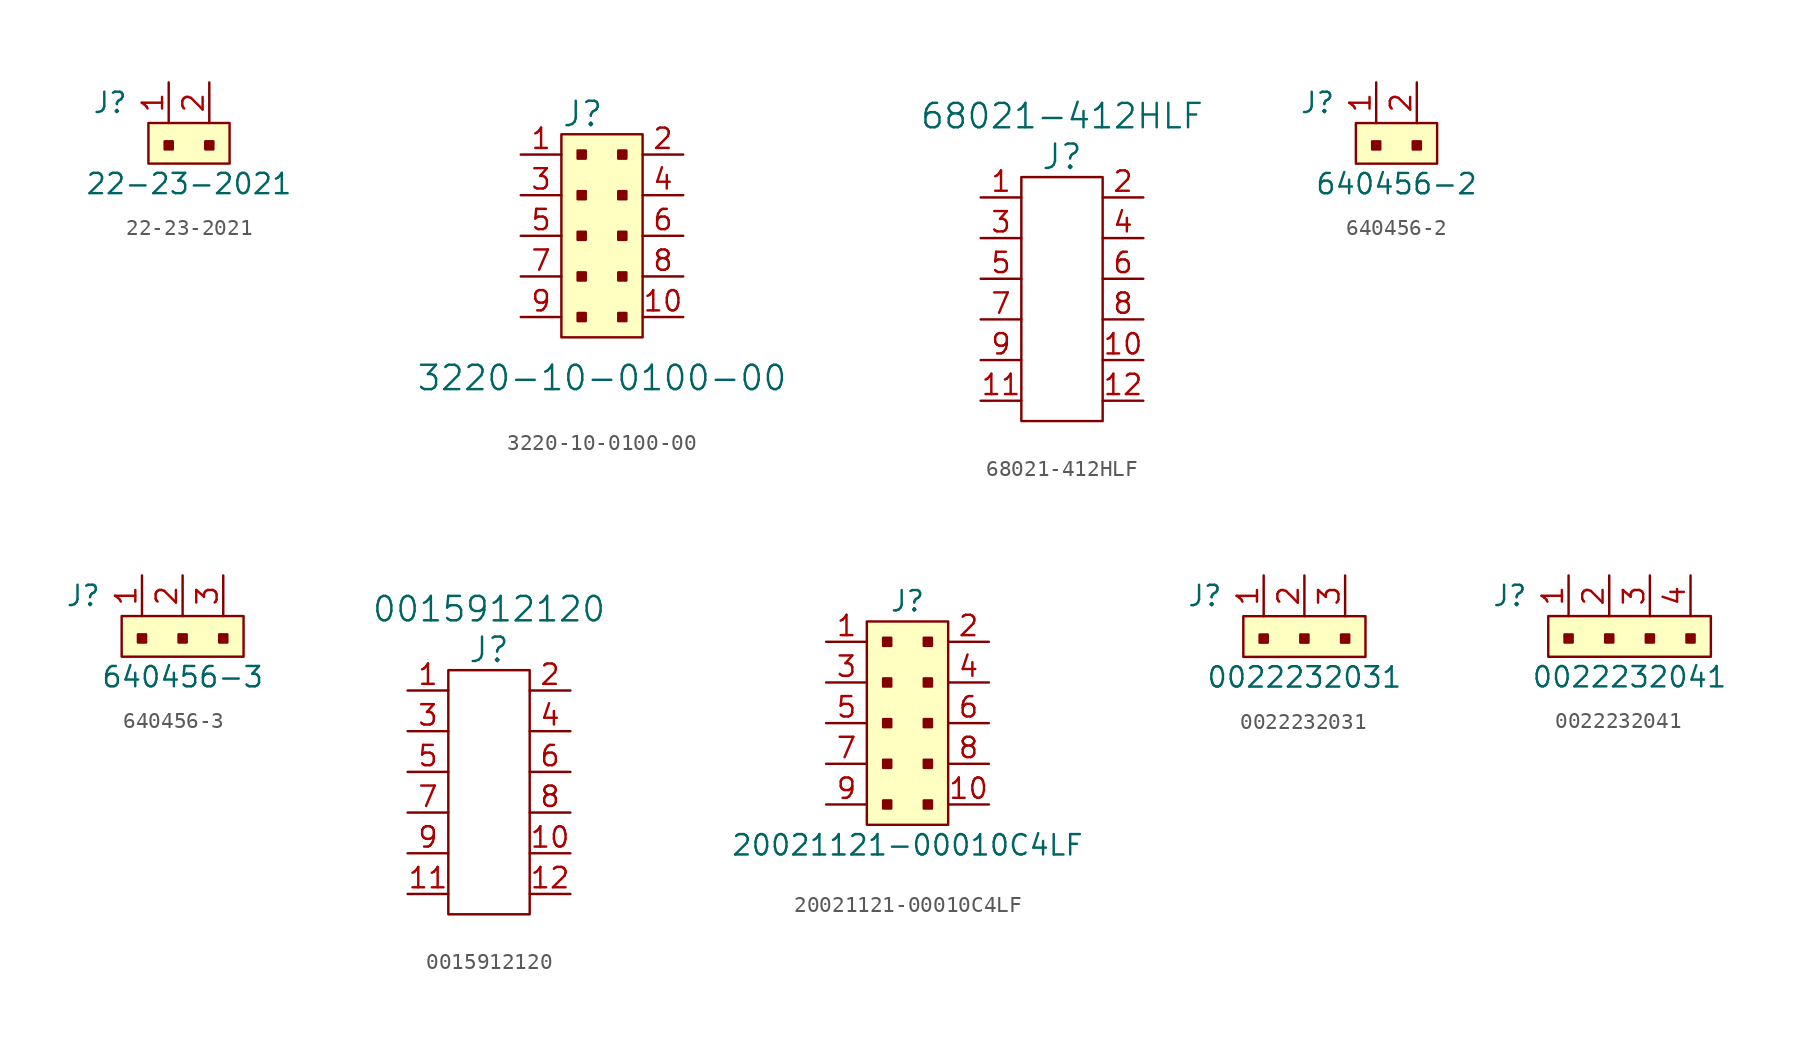
<source format=kicad_sym>
(kicad_symbol_lib
  (version 20201005)
  (generator kicad_symbol_editor)
  (symbol "22-23-2021"
    (pin_names
      (offset 1.016))
    (property "Reference" "J"
      (at -2.54 1.27 0)
      (effects (font (size 1.27 1.27)) (justify right)))
    (property "Value" "22-23-2021"
      (at 1.27 -3.81 0)
      (effects (font (size 1.27 1.27))))
    (symbol "22-23-2021_1_1"
      (rectangle (start -1.27 0) (end 3.81 -2.54) (stroke (width 0)) (fill (type background)))
      (rectangle (start -0.254 -1.143) (end 0.254 -1.651) (stroke (width 0)) (fill (type outline)))
      (rectangle (start 2.286 -1.143) (end 2.794 -1.651) (stroke (width 0)) (fill (type outline)))
      (pin passive line (at 0 2.54 270) (length 2.54) (name "~" (effects (font (size 1.27 1.27)))) (number "1" (effects (font (size 1.27 1.27)))))
      (pin passive line (at 2.54 2.54 270) (length 2.54) (name "~" (effects (font (size 1.27 1.27)))) (number "2" (effects (font (size 1.27 1.27)))))))
  (symbol "3220-10-0100-00"
    (pin_names
      (offset 1.016))
    (property "Reference" "J"
      (at -2.54 7.62 0)
      (effects (font (size 1.524 1.524)) (justify left)))
    (property "Value" "3220-10-0100-00"
      (at 0 -8.89 0)
      (effects (font (size 1.524 1.524))))
    (symbol "3220-10-0100-00_0_1"
      (rectangle (start -2.54 6.35) (end 2.54 -6.35) (stroke (width 0)) (fill (type background)))
      (rectangle (start -1.524 -4.826) (end -1.016 -5.334) (stroke (width 0)) (fill (type outline)))
      (rectangle (start -1.524 -2.286) (end -1.016 -2.794) (stroke (width 0)) (fill (type outline)))
      (rectangle (start -1.524 0.254) (end -1.016 -0.254) (stroke (width 0)) (fill (type outline)))
      (rectangle (start -1.524 2.794) (end -1.016 2.286) (stroke (width 0)) (fill (type outline)))
      (rectangle (start -1.524 5.334) (end -1.016 4.826) (stroke (width 0)) (fill (type outline)))
      (rectangle (start 1.016 -4.826) (end 1.524 -5.334) (stroke (width 0)) (fill (type outline)))
      (rectangle (start 1.016 -2.286) (end 1.524 -2.794) (stroke (width 0)) (fill (type outline)))
      (rectangle (start 1.016 0.254) (end 1.524 -0.254) (stroke (width 0)) (fill (type outline)))
      (rectangle (start 1.016 2.794) (end 1.524 2.286) (stroke (width 0)) (fill (type outline)))
      (rectangle (start 1.016 5.334) (end 1.524 4.826) (stroke (width 0)) (fill (type outline))))
    (symbol "3220-10-0100-00_1_1"
      (pin passive line (at -5.08 5.08 0) (length 2.54) (name "~" (effects (font (size 1.27 1.27)))) (number "1" (effects (font (size 1.27 1.27)))))
      (pin passive line (at 5.08 -5.08 180) (length 2.54) (name "~" (effects (font (size 1.27 1.27)))) (number "10" (effects (font (size 1.27 1.27)))))
      (pin passive line (at 5.08 5.08 180) (length 2.54) (name "~" (effects (font (size 1.27 1.27)))) (number "2" (effects (font (size 1.27 1.27)))))
      (pin passive line (at -5.08 2.54 0) (length 2.54) (name "~" (effects (font (size 1.27 1.27)))) (number "3" (effects (font (size 1.27 1.27)))))
      (pin passive line (at 5.08 2.54 180) (length 2.54) (name "~" (effects (font (size 1.27 1.27)))) (number "4" (effects (font (size 1.27 1.27)))))
      (pin passive line (at -5.08 0 0) (length 2.54) (name "~" (effects (font (size 1.27 1.27)))) (number "5" (effects (font (size 1.27 1.27)))))
      (pin passive line (at 5.08 0 180) (length 2.54) (name "~" (effects (font (size 1.27 1.27)))) (number "6" (effects (font (size 1.27 1.27)))))
      (pin passive line (at -5.08 -2.54 0) (length 2.54) (name "~" (effects (font (size 1.27 1.27)))) (number "7" (effects (font (size 1.27 1.27)))))
      (pin passive line (at 5.08 -2.54 180) (length 2.54) (name "~" (effects (font (size 1.27 1.27)))) (number "8" (effects (font (size 1.27 1.27)))))
      (pin passive line (at -5.08 -5.08 0) (length 2.54) (name "~" (effects (font (size 1.27 1.27)))) (number "9" (effects (font (size 1.27 1.27)))))))
  (symbol "68021-412HLF"
    (pin_names
      (offset 1.016))
    (property "Reference" "J"
      (at 0 7.62 0)
      (effects (font (size 1.524 1.524))))
    (property "Value" "68021-412HLF"
      (at 0 10.16 0)
      (effects (font (size 1.524 1.524))))
    (symbol "68021-412HLF_0_1"
      (rectangle (start -2.54 6.35) (end 2.54 -8.89) (stroke (width 0)) (fill (type none))))
    (symbol "68021-412HLF_1_1"
      (pin passive line (at -5.08 5.08 0) (length 2.54) (name "~" (effects (font (size 1.27 1.27)))) (number "1" (effects (font (size 1.27 1.27)))))
      (pin passive line (at 5.08 5.08 180) (length 2.54) (name "~" (effects (font (size 1.27 1.27)))) (number "2" (effects (font (size 1.27 1.27)))))
      (pin passive line (at -5.08 2.54 0) (length 2.54) (name "~" (effects (font (size 1.27 1.27)))) (number "3" (effects (font (size 1.27 1.27)))))
      (pin passive line (at 5.08 2.54 180) (length 2.54) (name "~" (effects (font (size 1.27 1.27)))) (number "4" (effects (font (size 1.27 1.27)))))
      (pin passive line (at -5.08 0 0) (length 2.54) (name "~" (effects (font (size 1.27 1.27)))) (number "5" (effects (font (size 1.27 1.27)))))
      (pin passive line (at 5.08 0 180) (length 2.54) (name "~" (effects (font (size 1.27 1.27)))) (number "6" (effects (font (size 1.27 1.27)))))
      (pin passive line (at -5.08 -2.54 0) (length 2.54) (name "~" (effects (font (size 1.27 1.27)))) (number "7" (effects (font (size 1.27 1.27)))))
      (pin passive line (at 5.08 -2.54 180) (length 2.54) (name "~" (effects (font (size 1.27 1.27)))) (number "8" (effects (font (size 1.27 1.27)))))
      (pin passive line (at -5.08 -5.08 0) (length 2.54) (name "~" (effects (font (size 1.27 1.27)))) (number "9" (effects (font (size 1.27 1.27)))))
      (pin passive line (at 5.08 -5.08 180) (length 2.54) (name "~" (effects (font (size 1.27 1.27)))) (number "10" (effects (font (size 1.27 1.27)))))
      (pin passive line (at -5.08 -7.62 0) (length 2.54) (name "~" (effects (font (size 1.27 1.27)))) (number "11" (effects (font (size 1.27 1.27)))))
      (pin passive line (at 5.08 -7.62 180) (length 2.54) (name "~" (effects (font (size 1.27 1.27)))) (number "12" (effects (font (size 1.27 1.27)))))))
  (symbol "640456-2"
    (pin_names
      (offset 1.016))
    (property "Reference" "J"
      (at -2.54 1.27 0)
      (effects (font (size 1.27 1.27)) (justify right)))
    (property "Value" "640456-2"
      (at 1.27 -3.81 0)
      (effects (font (size 1.27 1.27))))
    (symbol "640456-2_1_1"
      (rectangle (start -1.27 0) (end 3.81 -2.54) (stroke (width 0)) (fill (type background)))
      (rectangle (start -0.254 -1.143) (end 0.254 -1.651) (stroke (width 0)) (fill (type outline)))
      (rectangle (start 2.286 -1.143) (end 2.794 -1.651) (stroke (width 0)) (fill (type outline)))
      (pin passive line (at 0 2.54 270) (length 2.54) (name "~" (effects (font (size 1.27 1.27)))) (number "1" (effects (font (size 1.27 1.27)))))
      (pin passive line (at 2.54 2.54 270) (length 2.54) (name "~" (effects (font (size 1.27 1.27)))) (number "2" (effects (font (size 1.27 1.27)))))))
  (symbol "640456-3"
    (pin_names
      (offset 1.016))
    (property "Reference" "J"
      (at -2.54 1.27 0)
      (effects (font (size 1.27 1.27)) (justify right)))
    (property "Value" "640456-3"
      (at 2.54 -3.81 0)
      (effects (font (size 1.27 1.27))))
    (symbol "640456-3_1_1"
      (rectangle (start -1.27 0) (end 6.35 -2.54) (stroke (width 0)) (fill (type background)))
      (rectangle (start -0.254 -1.143) (end 0.254 -1.651) (stroke (width 0)) (fill (type outline)))
      (rectangle (start 2.286 -1.143) (end 2.794 -1.651) (stroke (width 0)) (fill (type outline)))
      (rectangle (start 4.826 -1.143) (end 5.334 -1.651) (stroke (width 0)) (fill (type outline)))
      (pin passive line (at 0 2.54 270) (length 2.54) (name "~" (effects (font (size 1.27 1.27)))) (number "1" (effects (font (size 1.27 1.27)))))
      (pin passive line (at 2.54 2.54 270) (length 2.54) (name "~" (effects (font (size 1.27 1.27)))) (number "2" (effects (font (size 1.27 1.27)))))
      (pin passive line (at 5.08 2.54 270) (length 2.54) (name "~" (effects (font (size 1.27 1.27)))) (number "3" (effects (font (size 1.27 1.27)))))))
  (symbol "0015912120"
    (pin_names
      (offset 1.016))
    (property "Reference" "J"
      (at 0 7.62 0)
      (effects (font (size 1.524 1.524))))
    (property "Value" "0015912120"
      (at 0 10.16 0)
      (effects (font (size 1.524 1.524))))
    (symbol "0015912120_0_1"
      (rectangle (start -2.54 6.35) (end 2.54 -8.89) (stroke (width 0)) (fill (type none))))
    (symbol "0015912120_1_1"
      (pin passive line (at -5.08 5.08 0) (length 2.54) (name "~" (effects (font (size 1.27 1.27)))) (number "1" (effects (font (size 1.27 1.27)))))
      (pin passive line (at 5.08 5.08 180) (length 2.54) (name "~" (effects (font (size 1.27 1.27)))) (number "2" (effects (font (size 1.27 1.27)))))
      (pin passive line (at -5.08 2.54 0) (length 2.54) (name "~" (effects (font (size 1.27 1.27)))) (number "3" (effects (font (size 1.27 1.27)))))
      (pin passive line (at 5.08 2.54 180) (length 2.54) (name "~" (effects (font (size 1.27 1.27)))) (number "4" (effects (font (size 1.27 1.27)))))
      (pin passive line (at -5.08 0 0) (length 2.54) (name "~" (effects (font (size 1.27 1.27)))) (number "5" (effects (font (size 1.27 1.27)))))
      (pin passive line (at 5.08 0 180) (length 2.54) (name "~" (effects (font (size 1.27 1.27)))) (number "6" (effects (font (size 1.27 1.27)))))
      (pin passive line (at -5.08 -2.54 0) (length 2.54) (name "~" (effects (font (size 1.27 1.27)))) (number "7" (effects (font (size 1.27 1.27)))))
      (pin passive line (at 5.08 -2.54 180) (length 2.54) (name "~" (effects (font (size 1.27 1.27)))) (number "8" (effects (font (size 1.27 1.27)))))
      (pin passive line (at -5.08 -5.08 0) (length 2.54) (name "~" (effects (font (size 1.27 1.27)))) (number "9" (effects (font (size 1.27 1.27)))))
      (pin passive line (at 5.08 -5.08 180) (length 2.54) (name "~" (effects (font (size 1.27 1.27)))) (number "10" (effects (font (size 1.27 1.27)))))
      (pin passive line (at -5.08 -7.62 0) (length 2.54) (name "~" (effects (font (size 1.27 1.27)))) (number "11" (effects (font (size 1.27 1.27)))))
      (pin passive line (at 5.08 -7.62 180) (length 2.54) (name "~" (effects (font (size 1.27 1.27)))) (number "12" (effects (font (size 1.27 1.27)))))))
  (symbol "20021121-00010C4LF"
    (pin_names
      (offset 1.016))
    (property "Reference" "J"
      (at 0 7.62 0)
      (effects (font (size 1.27 1.27))))
    (property "Value" "20021121-00010C4LF"
      (at 0 -7.62 0)
      (effects (font (size 1.27 1.27))))
    (symbol "20021121-00010C4LF_1_1"
      (rectangle (start -2.54 6.35) (end 2.54 -6.35) (stroke (width 0)) (fill (type background)))
      (rectangle (start -1.524 -4.826) (end -1.016 -5.334) (stroke (width 0)) (fill (type outline)))
      (rectangle (start -1.524 -2.286) (end -1.016 -2.794) (stroke (width 0)) (fill (type outline)))
      (rectangle (start -1.524 0.254) (end -1.016 -0.254) (stroke (width 0)) (fill (type outline)))
      (rectangle (start -1.524 2.794) (end -1.016 2.286) (stroke (width 0)) (fill (type outline)))
      (rectangle (start -1.524 5.334) (end -1.016 4.826) (stroke (width 0)) (fill (type outline)))
      (rectangle (start 1.016 -4.826) (end 1.524 -5.334) (stroke (width 0)) (fill (type outline)))
      (rectangle (start 1.016 -2.286) (end 1.524 -2.794) (stroke (width 0)) (fill (type outline)))
      (rectangle (start 1.016 0.254) (end 1.524 -0.254) (stroke (width 0)) (fill (type outline)))
      (rectangle (start 1.016 2.794) (end 1.524 2.286) (stroke (width 0)) (fill (type outline)))
      (rectangle (start 1.016 5.334) (end 1.524 4.826) (stroke (width 0)) (fill (type outline)))
      (pin passive line (at -5.08 5.08 0) (length 2.54) (name "~" (effects (font (size 1.27 1.27)))) (number "1" (effects (font (size 1.27 1.27)))))
      (pin passive line (at 5.08 -5.08 180) (length 2.54) (name "~" (effects (font (size 1.27 1.27)))) (number "10" (effects (font (size 1.27 1.27)))))
      (pin passive line (at 5.08 5.08 180) (length 2.54) (name "~" (effects (font (size 1.27 1.27)))) (number "2" (effects (font (size 1.27 1.27)))))
      (pin passive line (at -5.08 2.54 0) (length 2.54) (name "~" (effects (font (size 1.27 1.27)))) (number "3" (effects (font (size 1.27 1.27)))))
      (pin passive line (at 5.08 2.54 180) (length 2.54) (name "~" (effects (font (size 1.27 1.27)))) (number "4" (effects (font (size 1.27 1.27)))))
      (pin passive line (at -5.08 0 0) (length 2.54) (name "~" (effects (font (size 1.27 1.27)))) (number "5" (effects (font (size 1.27 1.27)))))
      (pin passive line (at 5.08 0 180) (length 2.54) (name "~" (effects (font (size 1.27 1.27)))) (number "6" (effects (font (size 1.27 1.27)))))
      (pin passive line (at -5.08 -2.54 0) (length 2.54) (name "~" (effects (font (size 1.27 1.27)))) (number "7" (effects (font (size 1.27 1.27)))))
      (pin passive line (at 5.08 -2.54 180) (length 2.54) (name "~" (effects (font (size 1.27 1.27)))) (number "8" (effects (font (size 1.27 1.27)))))
      (pin passive line (at -5.08 -5.08 0) (length 2.54) (name "~" (effects (font (size 1.27 1.27)))) (number "9" (effects (font (size 1.27 1.27)))))))
  (symbol "0022232031"
    (pin_names
      (offset 1.016))
    (property "Reference" "J"
      (at -2.54 1.27 0)
      (effects (font (size 1.27 1.27)) (justify right)))
    (property "Value" "0022232031"
      (at 2.54 -3.81 0)
      (effects (font (size 1.27 1.27))))
    (symbol "0022232031_1_1"
      (rectangle (start -1.27 0) (end 6.35 -2.54) (stroke (width 0)) (fill (type background)))
      (rectangle (start -0.254 -1.143) (end 0.254 -1.651) (stroke (width 0)) (fill (type outline)))
      (rectangle (start 2.286 -1.143) (end 2.794 -1.651) (stroke (width 0)) (fill (type outline)))
      (rectangle (start 4.826 -1.143) (end 5.334 -1.651) (stroke (width 0)) (fill (type outline)))
      (pin passive line (at 0 2.54 270) (length 2.54) (name "~" (effects (font (size 1.27 1.27)))) (number "1" (effects (font (size 1.27 1.27)))))
      (pin passive line (at 2.54 2.54 270) (length 2.54) (name "~" (effects (font (size 1.27 1.27)))) (number "2" (effects (font (size 1.27 1.27)))))
      (pin passive line (at 5.08 2.54 270) (length 2.54) (name "~" (effects (font (size 1.27 1.27)))) (number "3" (effects (font (size 1.27 1.27)))))))
  (symbol "0022232041"
    (pin_names
      (offset 1.016))
    (property "Reference" "J"
      (at -2.54 1.27 0)
      (effects (font (size 1.27 1.27)) (justify right)))
    (property "Value" "0022232041"
      (at 3.81 -3.81 0)
      (effects (font (size 1.27 1.27))))
    (symbol "0022232041_1_1"
      (rectangle (start -1.27 0) (end 8.89 -2.54) (stroke (width 0)) (fill (type background)))
      (rectangle (start -0.254 -1.143) (end 0.254 -1.651) (stroke (width 0)) (fill (type outline)))
      (rectangle (start 2.286 -1.143) (end 2.794 -1.651) (stroke (width 0)) (fill (type outline)))
      (rectangle (start 4.826 -1.143) (end 5.334 -1.651) (stroke (width 0)) (fill (type outline)))
      (rectangle (start 7.366 -1.143) (end 7.874 -1.651) (stroke (width 0)) (fill (type outline)))
      (pin passive line (at 0 2.54 270) (length 2.54) (name "~" (effects (font (size 1.27 1.27)))) (number "1" (effects (font (size 1.27 1.27)))))
      (pin passive line (at 2.54 2.54 270) (length 2.54) (name "~" (effects (font (size 1.27 1.27)))) (number "2" (effects (font (size 1.27 1.27)))))
      (pin passive line (at 5.08 2.54 270) (length 2.54) (name "~" (effects (font (size 1.27 1.27)))) (number "3" (effects (font (size 1.27 1.27)))))
      (pin passive line (at 7.62 2.54 270) (length 2.54) (name "~" (effects (font (size 1.27 1.27)))) (number "4" (effects (font (size 1.27 1.27))))))))
</source>
